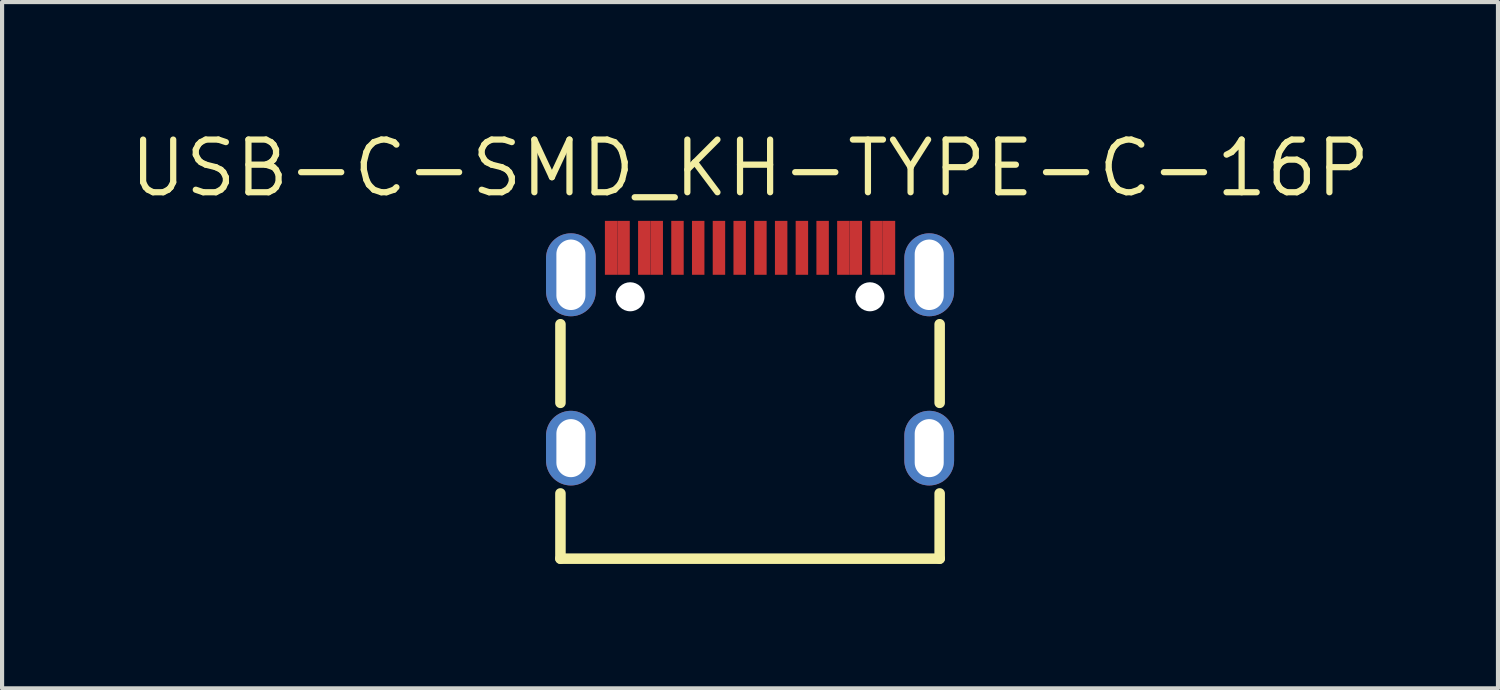
<source format=kicad_pcb>
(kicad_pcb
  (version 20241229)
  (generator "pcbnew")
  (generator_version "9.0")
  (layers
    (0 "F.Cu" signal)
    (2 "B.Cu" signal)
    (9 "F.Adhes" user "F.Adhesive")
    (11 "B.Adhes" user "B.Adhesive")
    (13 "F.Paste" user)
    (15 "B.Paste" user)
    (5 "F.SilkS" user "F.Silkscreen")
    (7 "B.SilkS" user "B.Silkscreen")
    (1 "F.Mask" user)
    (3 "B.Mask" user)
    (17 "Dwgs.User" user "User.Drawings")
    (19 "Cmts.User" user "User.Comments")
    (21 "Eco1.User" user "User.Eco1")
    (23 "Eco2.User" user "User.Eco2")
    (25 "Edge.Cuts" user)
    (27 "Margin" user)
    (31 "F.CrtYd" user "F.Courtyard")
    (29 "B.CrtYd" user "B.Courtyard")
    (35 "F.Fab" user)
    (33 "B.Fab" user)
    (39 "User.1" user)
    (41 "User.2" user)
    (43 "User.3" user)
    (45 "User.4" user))
  (footprint "USB-C-SMD_KH-TYPE-C-16P"
    (layer "F.Cu")
    (at 15.036 5.341)
    (property "Reference" "USB-C-SMD_KH-TYPE-C-16P" (at 0 -4.335 0) (layer "F.SilkS") (effects (font (size 1.27 1.27) (thickness 0.15))))
    (attr smd)
    (fp_line (start -4.572 -0.573) (end -4.572 1.323) (stroke (width 0.254) (type solid)) (layer "F.SilkS"))
    (fp_line (start -4.572 3.507) (end -4.572 5.08) (stroke (width 0.254) (type solid)) (layer "F.SilkS"))
    (fp_line (start -4.572 5.08) (end 4.572 5.08) (stroke (width 0.254) (type solid)) (layer "F.SilkS"))
    (fp_line (start 4.572 1.323) (end 4.572 -0.573) (stroke (width 0.254) (type solid)) (layer "F.SilkS"))
    (fp_line (start 4.572 5.08) (end 4.572 3.507) (stroke (width 0.254) (type solid)) (layer "F.SilkS"))
    (fp_poly (pts (xy -1.6 -1.765) (xy -1.6 -3.065) (xy -1.9 -3.065) (xy -1.9 -1.765)) (stroke (width 0) (type solid)) (fill yes) (layer "F.Paste"))
    (fp_poly (pts (xy -1.4 -3.065) (xy -1.4 -1.765) (xy -1.1 -1.765) (xy -1.1 -3.065)) (stroke (width 0) (type solid)) (fill yes) (layer "F.Paste"))
    (fp_poly (pts (xy -0.6 -1.765) (xy -0.6 -3.065) (xy -0.9 -3.065) (xy -0.9 -1.765)) (stroke (width 0) (type solid)) (fill yes) (layer "F.Paste"))
    (fp_poly (pts (xy -0.4 -3.065) (xy -0.4 -1.765) (xy -0.1 -1.765) (xy -0.1 -3.065)) (stroke (width 0) (type solid)) (fill yes) (layer "F.Paste"))
    (fp_poly (pts (xy 0.4 -1.765) (xy 0.4 -3.065) (xy 0.1 -3.065) (xy 0.1 -1.765)) (stroke (width 0) (type solid)) (fill yes) (layer "F.Paste"))
    (fp_poly (pts (xy 0.6 -3.065) (xy 0.6 -1.765) (xy 0.9 -1.765) (xy 0.9 -3.065)) (stroke (width 0) (type solid)) (fill yes) (layer "F.Paste"))
    (fp_poly (pts (xy 1.4 -1.765) (xy 1.4 -3.065) (xy 1.1 -3.065) (xy 1.1 -1.765)) (stroke (width 0) (type solid)) (fill yes) (layer "F.Paste"))
    (fp_poly (pts (xy 1.9 -1.765) (xy 1.9 -3.065) (xy 1.6 -3.065) (xy 1.6 -1.765)) (stroke (width 0) (type solid)) (fill yes) (layer "F.Paste"))
    (fp_poly (pts (xy -3.5 -3.065) (xy -3.5 -1.765) (xy -3.2 -1.765) (xy -2.9 -1.765) (xy -2.9 -3.065) (xy -3.2 -3.065)) (stroke (width 0) (type solid)) (fill yes) (layer "F.Paste"))
    (fp_poly (pts (xy -2.1 -1.765) (xy -2.1 -3.065) (xy -2.4 -3.065) (xy -2.7 -3.065) (xy -2.7 -1.765) (xy -2.4 -1.765)) (stroke (width 0) (type solid)) (fill yes) (layer "F.Paste"))
    (fp_poly (pts (xy 2.7 -1.765) (xy 2.7 -3.065) (xy 2.4 -3.065) (xy 2.1 -3.065) (xy 2.1 -1.765) (xy 2.4 -1.765)) (stroke (width 0) (type solid)) (fill yes) (layer "F.Paste"))
    (fp_poly (pts (xy 3.5 -1.765) (xy 3.5 -3.065) (xy 3.2 -3.065) (xy 2.9 -3.065) (xy 2.9 -1.765) (xy 3.2 -1.765)) (stroke (width 0) (type solid)) (fill yes) (layer "F.Paste"))
    (fp_poly (pts (xy -4.275 -2.763) (xy -4.305 -2.765) (xy -4.335 -2.765) (xy -4.365 -2.763) (xy -4.395 -2.76) (xy -4.424 -2.756) (xy -4.454 -2.75) (xy -4.483 -2.743) (xy -4.511 -2.734) (xy -4.539 -2.724) (xy -4.567 -2.712) (xy -4.594 -2.699) (xy -4.62 -2.685) (xy -4.646 -2.669) (xy -4.67 -2.652) (xy -4.694 -2.634) (xy -4.717 -2.615) (xy -4.739 -2.595) (xy -4.76 -2.573) (xy -4.78 -2.551) (xy -4.798 -2.527) (xy -4.816 -2.503) (xy -4.832 -2.478) (xy -4.847 -2.452) (xy -4.861 -2.425) (xy -4.873 -2.398) (xy -4.884 -2.37) (xy -4.893 -2.342) (xy -4.901 -2.313) (xy -4.908 -2.284) (xy -4.913 -2.254) (xy -4.917 -2.225) (xy -4.919 -2.195) (xy -4.92 -2.165) (xy -4.92 -1.365) (xy -4.919 -1.335) (xy -4.917 -1.305) (xy -4.913 -1.276) (xy -4.908 -1.246) (xy -4.901 -1.217) (xy -4.893 -1.188) (xy -4.884 -1.16) (xy -4.873 -1.132) (xy -4.861 -1.105) (xy -4.847 -1.078) (xy -4.832 -1.052) (xy -4.816 -1.027) (xy -4.798 -1.003) (xy -4.78 -0.979) (xy -4.76 -0.957) (xy -4.739 -0.936) (xy -4.717 -0.915) (xy -4.694 -0.896) (xy -4.67 -0.878) (xy -4.646 -0.861) (xy -4.62 -0.845) (xy -4.594 -0.831) (xy -4.567 -0.818) (xy -4.539 -0.807) (xy -4.511 -0.796) (xy -4.483 -0.787) (xy -4.454 -0.78) (xy -4.424 -0.774) (xy -4.395 -0.77) (xy -4.365 -0.767) (xy -4.335 -0.765) (xy -4.305 -0.765) (xy -4.275 -0.767) (xy -4.245 -0.77) (xy -4.216 -0.774) (xy -4.187 -0.78) (xy -4.158 -0.787) (xy -4.129 -0.796) (xy -4.101 -0.807) (xy -4.073 -0.818) (xy -4.046 -0.831) (xy -4.02 -0.845) (xy -3.995 -0.861) (xy -3.97 -0.878) (xy -3.946 -0.896) (xy -3.923 -0.915) (xy -3.901 -0.936) (xy -3.88 -0.957) (xy -3.86 -0.979) (xy -3.842 -1.003) (xy -3.824 -1.027) (xy -3.808 -1.052) (xy -3.793 -1.078) (xy -3.779 -1.105) (xy -3.767 -1.132) (xy -3.756 -1.16) (xy -3.747 -1.188) (xy -3.739 -1.217) (xy -3.732 -1.246) (xy -3.727 -1.276) (xy -3.723 -1.305) (xy -3.721 -1.335) (xy -3.72 -1.365) (xy -3.72 -2.165) (xy -3.721 -2.195) (xy -3.723 -2.225) (xy -3.727 -2.254) (xy -3.732 -2.284) (xy -3.739 -2.313) (xy -3.747 -2.342) (xy -3.756 -2.37) (xy -3.767 -2.398) (xy -3.779 -2.425) (xy -3.793 -2.452) (xy -3.808 -2.478) (xy -3.824 -2.503) (xy -3.842 -2.527) (xy -3.86 -2.551) (xy -3.88 -2.573) (xy -3.901 -2.595) (xy -3.923 -2.615) (xy -3.946 -2.634) (xy -3.97 -2.652) (xy -3.995 -2.669) (xy -4.02 -2.685) (xy -4.046 -2.699) (xy -4.073 -2.712) (xy -4.101 -2.724) (xy -4.129 -2.734) (xy -4.158 -2.743) (xy -4.187 -2.75) (xy -4.216 -2.756) (xy -4.245 -2.76)) (stroke (width 0) (type solid)) (fill yes) (layer "F.Paste"))
    (fp_poly (pts (xy -4.275 1.517) (xy -4.305 1.515) (xy -4.335 1.515) (xy -4.365 1.517) (xy -4.395 1.52) (xy -4.424 1.524) (xy -4.454 1.53) (xy -4.483 1.537) (xy -4.511 1.546) (xy -4.539 1.557) (xy -4.567 1.568) (xy -4.594 1.581) (xy -4.62 1.595) (xy -4.646 1.611) (xy -4.67 1.628) (xy -4.694 1.646) (xy -4.717 1.665) (xy -4.739 1.686) (xy -4.76 1.707) (xy -4.78 1.729) (xy -4.798 1.753) (xy -4.816 1.777) (xy -4.832 1.802) (xy -4.847 1.828) (xy -4.861 1.855) (xy -4.873 1.882) (xy -4.884 1.91) (xy -4.893 1.938) (xy -4.901 1.967) (xy -4.908 1.996) (xy -4.913 2.026) (xy -4.917 2.055) (xy -4.919 2.085) (xy -4.92 2.115) (xy -4.92 2.715) (xy -4.919 2.745) (xy -4.917 2.775) (xy -4.913 2.804) (xy -4.908 2.834) (xy -4.901 2.863) (xy -4.893 2.892) (xy -4.884 2.92) (xy -4.873 2.948) (xy -4.861 2.975) (xy -4.847 3.002) (xy -4.832 3.028) (xy -4.816 3.053) (xy -4.798 3.077) (xy -4.78 3.101) (xy -4.76 3.123) (xy -4.739 3.145) (xy -4.717 3.165) (xy -4.694 3.184) (xy -4.67 3.202) (xy -4.646 3.219) (xy -4.62 3.235) (xy -4.594 3.249) (xy -4.567 3.262) (xy -4.539 3.274) (xy -4.511 3.284) (xy -4.483 3.293) (xy -4.454 3.3) (xy -4.424 3.306) (xy -4.395 3.31) (xy -4.365 3.313) (xy -4.335 3.315) (xy -4.305 3.315) (xy -4.275 3.313) (xy -4.245 3.31) (xy -4.216 3.306) (xy -4.187 3.3) (xy -4.158 3.293) (xy -4.129 3.284) (xy -4.101 3.274) (xy -4.073 3.262) (xy -4.046 3.249) (xy -4.02 3.235) (xy -3.995 3.219) (xy -3.97 3.202) (xy -3.946 3.184) (xy -3.923 3.165) (xy -3.901 3.145) (xy -3.88 3.123) (xy -3.86 3.101) (xy -3.842 3.077) (xy -3.824 3.053) (xy -3.808 3.028) (xy -3.793 3.002) (xy -3.779 2.975) (xy -3.767 2.948) (xy -3.756 2.92) (xy -3.747 2.892) (xy -3.739 2.863) (xy -3.732 2.834) (xy -3.727 2.804) (xy -3.723 2.775) (xy -3.721 2.745) (xy -3.72 2.715) (xy -3.72 2.115) (xy -3.721 2.085) (xy -3.723 2.055) (xy -3.727 2.026) (xy -3.732 1.996) (xy -3.739 1.967) (xy -3.747 1.938) (xy -3.756 1.91) (xy -3.767 1.882) (xy -3.779 1.855) (xy -3.793 1.828) (xy -3.808 1.802) (xy -3.824 1.777) (xy -3.842 1.753) (xy -3.86 1.729) (xy -3.88 1.707) (xy -3.901 1.686) (xy -3.923 1.665) (xy -3.946 1.646) (xy -3.97 1.628) (xy -3.995 1.611) (xy -4.02 1.595) (xy -4.046 1.581) (xy -4.073 1.568) (xy -4.101 1.557) (xy -4.129 1.546) (xy -4.158 1.537) (xy -4.187 1.53) (xy -4.216 1.524) (xy -4.245 1.52)) (stroke (width 0) (type solid)) (fill yes) (layer "F.Paste"))
    (fp_poly (pts (xy 4.365 -2.763) (xy 4.335 -2.765) (xy 4.305 -2.765) (xy 4.275 -2.763) (xy 4.245 -2.76) (xy 4.216 -2.756) (xy 4.187 -2.75) (xy 4.158 -2.743) (xy 4.129 -2.734) (xy 4.101 -2.724) (xy 4.073 -2.712) (xy 4.046 -2.699) (xy 4.02 -2.685) (xy 3.995 -2.669) (xy 3.97 -2.652) (xy 3.946 -2.634) (xy 3.923 -2.615) (xy 3.901 -2.595) (xy 3.88 -2.573) (xy 3.86 -2.551) (xy 3.842 -2.527) (xy 3.824 -2.503) (xy 3.808 -2.478) (xy 3.793 -2.452) (xy 3.779 -2.425) (xy 3.767 -2.398) (xy 3.756 -2.37) (xy 3.747 -2.342) (xy 3.739 -2.313) (xy 3.732 -2.284) (xy 3.727 -2.254) (xy 3.723 -2.225) (xy 3.721 -2.195) (xy 3.72 -2.165) (xy 3.72 -1.365) (xy 3.721 -1.335) (xy 3.723 -1.305) (xy 3.727 -1.276) (xy 3.732 -1.246) (xy 3.739 -1.217) (xy 3.747 -1.188) (xy 3.756 -1.16) (xy 3.767 -1.132) (xy 3.779 -1.105) (xy 3.793 -1.078) (xy 3.808 -1.052) (xy 3.824 -1.027) (xy 3.842 -1.003) (xy 3.86 -0.979) (xy 3.88 -0.957) (xy 3.901 -0.936) (xy 3.923 -0.915) (xy 3.946 -0.896) (xy 3.97 -0.878) (xy 3.995 -0.861) (xy 4.02 -0.845) (xy 4.046 -0.831) (xy 4.073 -0.818) (xy 4.101 -0.807) (xy 4.129 -0.796) (xy 4.158 -0.787) (xy 4.187 -0.78) (xy 4.216 -0.774) (xy 4.245 -0.77) (xy 4.275 -0.767) (xy 4.305 -0.765) (xy 4.335 -0.765) (xy 4.365 -0.767) (xy 4.395 -0.77) (xy 4.424 -0.774) (xy 4.454 -0.78) (xy 4.483 -0.787) (xy 4.511 -0.796) (xy 4.539 -0.807) (xy 4.567 -0.818) (xy 4.594 -0.831) (xy 4.62 -0.845) (xy 4.646 -0.861) (xy 4.67 -0.878) (xy 4.694 -0.896) (xy 4.717 -0.915) (xy 4.739 -0.936) (xy 4.76 -0.957) (xy 4.78 -0.979) (xy 4.798 -1.003) (xy 4.816 -1.027) (xy 4.832 -1.052) (xy 4.847 -1.078) (xy 4.861 -1.105) (xy 4.873 -1.132) (xy 4.884 -1.16) (xy 4.893 -1.188) (xy 4.901 -1.217) (xy 4.908 -1.246) (xy 4.913 -1.276) (xy 4.917 -1.305) (xy 4.919 -1.335) (xy 4.92 -1.365) (xy 4.92 -2.165) (xy 4.919 -2.195) (xy 4.917 -2.225) (xy 4.913 -2.254) (xy 4.908 -2.284) (xy 4.901 -2.313) (xy 4.893 -2.342) (xy 4.884 -2.37) (xy 4.873 -2.398) (xy 4.861 -2.425) (xy 4.847 -2.452) (xy 4.832 -2.478) (xy 4.816 -2.503) (xy 4.798 -2.527) (xy 4.78 -2.551) (xy 4.76 -2.573) (xy 4.739 -2.595) (xy 4.717 -2.615) (xy 4.694 -2.634) (xy 4.67 -2.652) (xy 4.646 -2.669) (xy 4.62 -2.685) (xy 4.594 -2.699) (xy 4.567 -2.712) (xy 4.539 -2.724) (xy 4.511 -2.734) (xy 4.483 -2.743) (xy 4.454 -2.75) (xy 4.424 -2.756) (xy 4.395 -2.76)) (stroke (width 0) (type solid)) (fill yes) (layer "F.Paste"))
    (fp_poly (pts (xy 4.365 1.517) (xy 4.335 1.515) (xy 4.305 1.515) (xy 4.275 1.517) (xy 4.245 1.52) (xy 4.216 1.524) (xy 4.187 1.53) (xy 4.158 1.537) (xy 4.129 1.546) (xy 4.101 1.557) (xy 4.073 1.568) (xy 4.046 1.581) (xy 4.02 1.595) (xy 3.995 1.611) (xy 3.97 1.628) (xy 3.946 1.646) (xy 3.923 1.665) (xy 3.901 1.686) (xy 3.88 1.707) (xy 3.86 1.729) (xy 3.842 1.753) (xy 3.824 1.777) (xy 3.808 1.802) (xy 3.793 1.828) (xy 3.779 1.855) (xy 3.767 1.882) (xy 3.756 1.91) (xy 3.747 1.938) (xy 3.739 1.967) (xy 3.732 1.996) (xy 3.727 2.026) (xy 3.723 2.055) (xy 3.721 2.085) (xy 3.72 2.115) (xy 3.72 2.715) (xy 3.721 2.745) (xy 3.723 2.775) (xy 3.727 2.804) (xy 3.732 2.834) (xy 3.739 2.863) (xy 3.747 2.892) (xy 3.756 2.92) (xy 3.767 2.948) (xy 3.779 2.975) (xy 3.793 3.002) (xy 3.808 3.028) (xy 3.824 3.053) (xy 3.842 3.077) (xy 3.86 3.101) (xy 3.88 3.123) (xy 3.901 3.145) (xy 3.923 3.165) (xy 3.946 3.184) (xy 3.97 3.202) (xy 3.995 3.219) (xy 4.02 3.235) (xy 4.046 3.249) (xy 4.073 3.262) (xy 4.101 3.274) (xy 4.129 3.284) (xy 4.158 3.293) (xy 4.187 3.3) (xy 4.216 3.306) (xy 4.245 3.31) (xy 4.275 3.313) (xy 4.305 3.315) (xy 4.335 3.315) (xy 4.365 3.313) (xy 4.395 3.31) (xy 4.424 3.306) (xy 4.454 3.3) (xy 4.483 3.293) (xy 4.511 3.284) (xy 4.539 3.274) (xy 4.567 3.262) (xy 4.594 3.249) (xy 4.62 3.235) (xy 4.646 3.219) (xy 4.67 3.202) (xy 4.694 3.184) (xy 4.717 3.165) (xy 4.739 3.145) (xy 4.76 3.123) (xy 4.78 3.101) (xy 4.798 3.077) (xy 4.816 3.053) (xy 4.832 3.028) (xy 4.847 3.002) (xy 4.861 2.975) (xy 4.873 2.948) (xy 4.884 2.92) (xy 4.893 2.892) (xy 4.901 2.863) (xy 4.908 2.834) (xy 4.913 2.804) (xy 4.917 2.775) (xy 4.919 2.745) (xy 4.92 2.715) (xy 4.92 2.115) (xy 4.919 2.085) (xy 4.917 2.055) (xy 4.913 2.026) (xy 4.908 1.996) (xy 4.901 1.967) (xy 4.893 1.938) (xy 4.884 1.91) (xy 4.873 1.882) (xy 4.861 1.855) (xy 4.847 1.828) (xy 4.832 1.802) (xy 4.816 1.777) (xy 4.798 1.753) (xy 4.78 1.729) (xy 4.76 1.707) (xy 4.739 1.686) (xy 4.717 1.665) (xy 4.694 1.646) (xy 4.67 1.628) (xy 4.646 1.611) (xy 4.62 1.595) (xy 4.594 1.581) (xy 4.567 1.568) (xy 4.539 1.557) (xy 4.511 1.546) (xy 4.483 1.537) (xy 4.454 1.53) (xy 4.424 1.524) (xy 4.395 1.52)) (stroke (width 0) (type solid)) (fill yes) (layer "F.Paste"))
    (fp_circle (center -2.89 -1.235) (end -2.765 -1.235) (stroke (width 0.25) (type solid)) (fill no) (layer "Cmts.User"))
    (fp_circle (center 2.89 -1.235) (end 3.015 -1.235) (stroke (width 0.25) (type solid)) (fill no) (layer "Cmts.User"))
    (fp_text user "" (at 0 0 0) (layer "Cmts.User") (effects (font (size 1 1) (thickness 0.15))))
    (pad "" np_thru_hole circle (at -2.89 -1.235) (size 0.7 0.7) (drill 0.7) (layers "*.Cu" "*.Mask"))
    (pad "" np_thru_hole circle (at 2.89 -1.235) (size 0.7 0.7) (drill 0.7) (layers "*.Cu" "*.Mask"))
    (pad "1" thru_hole oval (at -4.32 -1.765) (size 1.2 2) (drill oval 0.7 1.7) (layers "*.Cu" "*.Paste" "*.Mask"))
    (pad "2" thru_hole oval (at 4.32 -1.765) (size 1.2 2) (drill oval 0.7 1.7) (layers "*.Cu" "*.Paste" "*.Mask"))
    (pad "3" thru_hole oval (at -4.32 2.415) (size 1.2 1.8) (drill oval 0.7 1.4) (layers "*.Cu" "*.Paste" "*.Mask"))
    (pad "4" thru_hole oval (at 4.32 2.415) (size 1.2 1.8) (drill oval 0.7 1.4) (layers "*.Cu" "*.Paste" "*.Mask"))
    (pad "A1" smd rect (at -3.35 -2.415) (size 0.3 1.3) (layers "F.Cu" "F.Mask" "F.Paste"))
    (pad "A4" smd rect (at -2.55 -2.415) (size 0.3 1.3) (layers "F.Cu" "F.Mask" "F.Paste"))
    (pad "A5" smd rect (at -1.25 -2.415) (size 0.3 1.3) (layers "F.Cu" "F.Mask" "F.Paste"))
    (pad "A6" smd rect (at -0.25 -2.415) (size 0.3 1.3) (layers "F.Cu" "F.Mask" "F.Paste"))
    (pad "A7" smd rect (at 0.25 -2.415) (size 0.3 1.3) (layers "F.Cu" "F.Mask" "F.Paste"))
    (pad "A8" smd rect (at 1.25 -2.415) (size 0.3 1.3) (layers "F.Cu" "F.Mask" "F.Paste"))
    (pad "A9" smd rect (at 2.55 -2.415) (size 0.3 1.3) (layers "F.Cu" "F.Mask" "F.Paste"))
    (pad "A12" smd rect (at 3.35 -2.415) (size 0.3 1.3) (layers "F.Cu" "F.Mask" "F.Paste"))
    (pad "B1" smd rect (at 3.05 -2.415) (size 0.3 1.3) (layers "F.Cu" "F.Mask" "F.Paste"))
    (pad "B4" smd rect (at 2.25 -2.415) (size 0.3 1.3) (layers "F.Cu" "F.Mask" "F.Paste"))
    (pad "B5" smd rect (at 1.75 -2.415) (size 0.3 1.3) (layers "F.Cu" "F.Mask" "F.Paste"))
    (pad "B6" smd rect (at 0.75 -2.415) (size 0.3 1.3) (layers "F.Cu" "F.Mask" "F.Paste"))
    (pad "B7" smd rect (at -0.75 -2.415) (size 0.3 1.3) (layers "F.Cu" "F.Mask" "F.Paste"))
    (pad "B8" smd rect (at -1.75 -2.415) (size 0.3 1.3) (layers "F.Cu" "F.Mask" "F.Paste"))
    (pad "B9" smd rect (at -2.25 -2.415) (size 0.3 1.3) (layers "F.Cu" "F.Mask" "F.Paste"))
    (pad "B12" smd rect (at -3.05 -2.415) (size 0.3 1.3) (layers "F.Cu" "F.Mask" "F.Paste")))
  (gr_rect
    (start -3 -3)
    (end 33.071 13.548)
    (stroke (width 0.1) (type default))
    (fill no)
    (layer "Edge.Cuts")))
</source>
